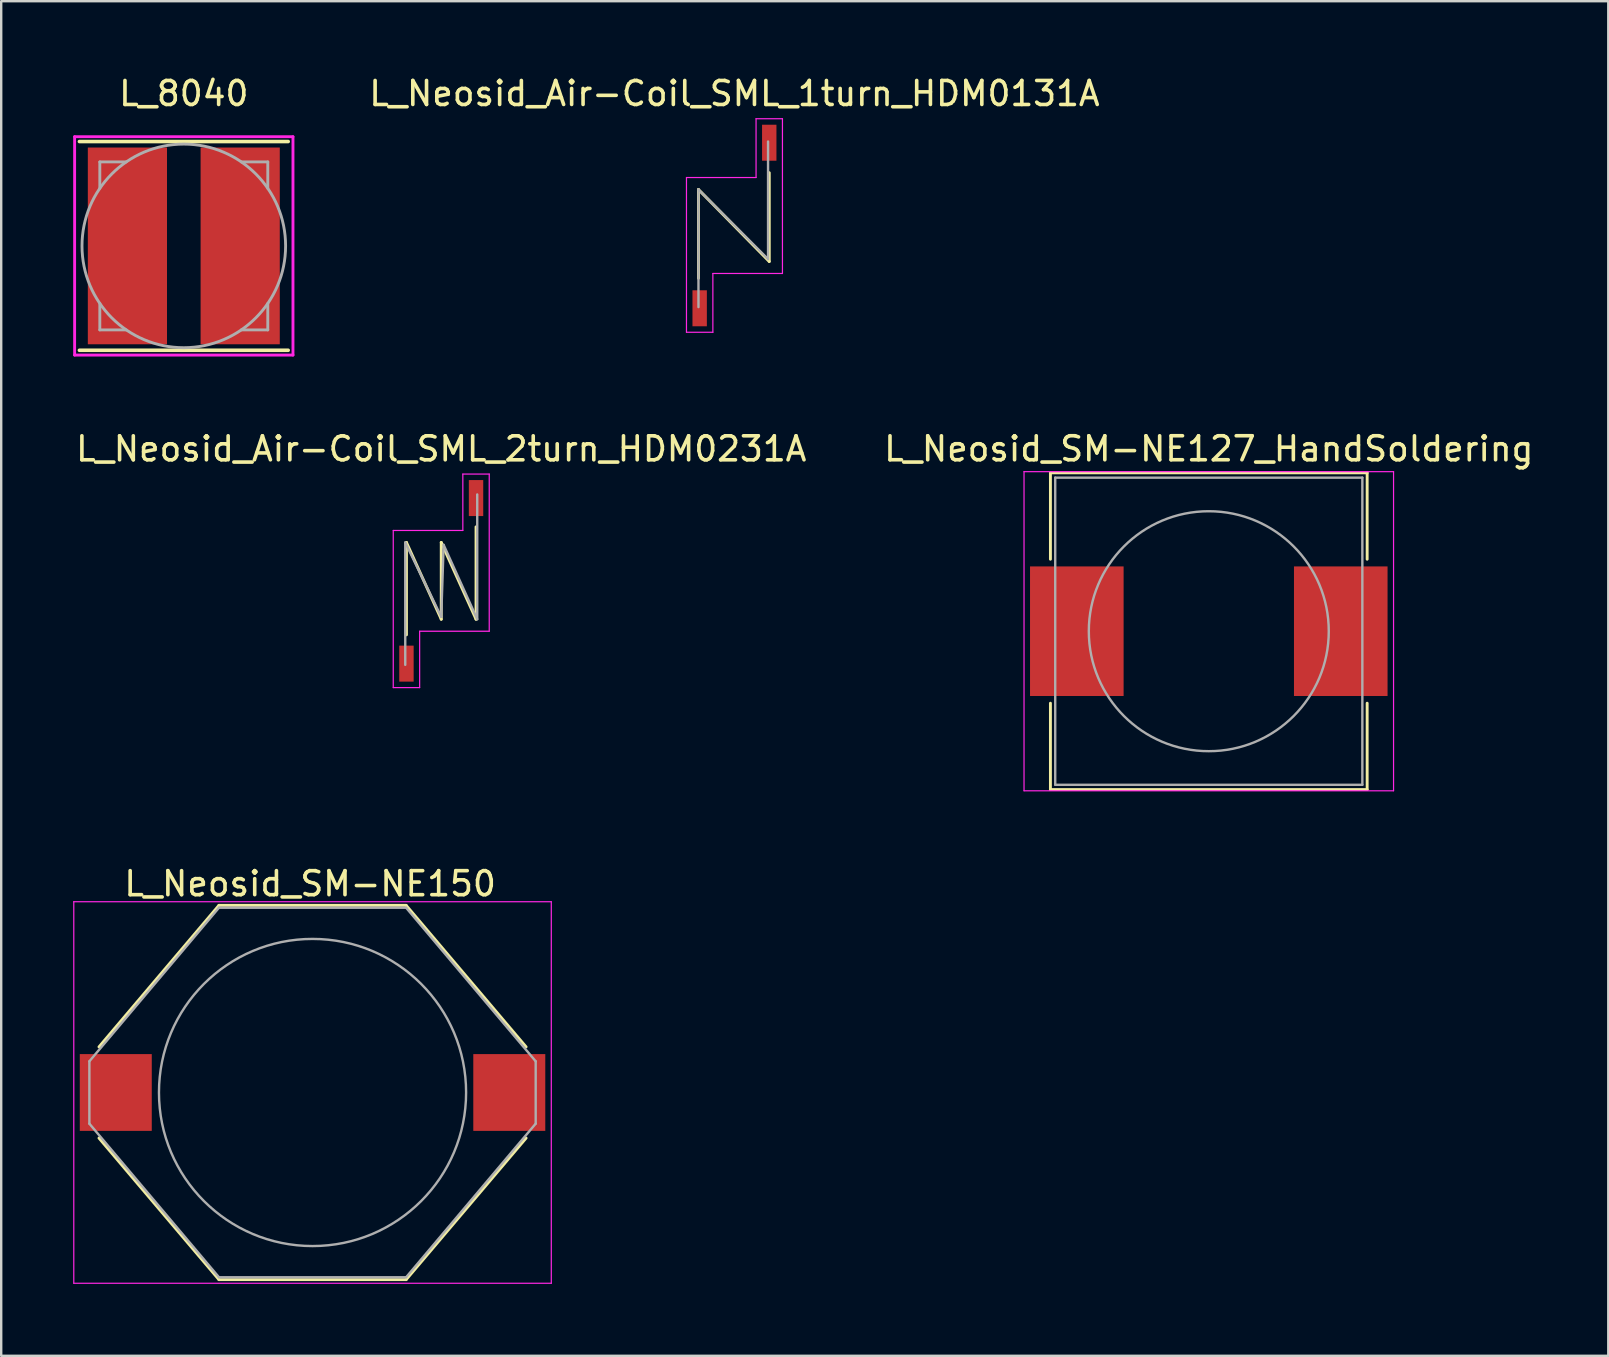
<source format=kicad_pcb>
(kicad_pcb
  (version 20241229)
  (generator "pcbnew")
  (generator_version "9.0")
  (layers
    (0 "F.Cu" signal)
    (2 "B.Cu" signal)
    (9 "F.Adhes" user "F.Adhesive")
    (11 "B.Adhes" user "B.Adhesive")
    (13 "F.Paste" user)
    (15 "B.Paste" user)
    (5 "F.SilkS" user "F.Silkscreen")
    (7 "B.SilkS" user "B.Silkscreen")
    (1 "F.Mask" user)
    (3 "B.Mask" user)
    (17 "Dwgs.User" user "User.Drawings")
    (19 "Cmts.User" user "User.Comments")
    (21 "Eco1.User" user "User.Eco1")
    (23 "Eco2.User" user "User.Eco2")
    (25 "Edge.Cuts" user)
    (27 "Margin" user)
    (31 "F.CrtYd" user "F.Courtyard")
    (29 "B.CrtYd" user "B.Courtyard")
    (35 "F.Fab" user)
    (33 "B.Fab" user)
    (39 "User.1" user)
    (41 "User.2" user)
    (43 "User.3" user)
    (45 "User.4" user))
  (footprint "L_Neosid_SM-NE150"
    (layer "F.Cu")
    (at 9.975 42.48)
    (property "Reference" "L_Neosid_SM-NE150" (at -0.1 -8.7 0) (layer "F.SilkS") (effects (font (size 1 1) (thickness 0.15))))
    (attr smd)
    (fp_line (start -8.9 1.9) (end -3.9 7.8) (stroke (width 0.12) (type solid)) (layer "F.SilkS"))
    (fp_line (start -3.9 -7.8) (end -8.9 -1.9) (stroke (width 0.12) (type solid)) (layer "F.SilkS"))
    (fp_line (start -3.9 -7.8) (end 3.9 -7.8) (stroke (width 0.12) (type solid)) (layer "F.SilkS"))
    (fp_line (start -3.9 7.8) (end 3.9 7.8) (stroke (width 0.12) (type solid)) (layer "F.SilkS"))
    (fp_line (start 3.9 -7.8) (end 8.9 -1.9) (stroke (width 0.12) (type solid)) (layer "F.SilkS"))
    (fp_line (start 3.9 7.8) (end 8.9 1.9) (stroke (width 0.12) (type solid)) (layer "F.SilkS"))
    (fp_line (start -9.95 -7.95) (end -9.95 7.95) (stroke (width 0.05) (type solid)) (layer "F.CrtYd"))
    (fp_line (start -9.95 -7.95) (end 9.95 -7.95) (stroke (width 0.05) (type solid)) (layer "F.CrtYd"))
    (fp_line (start 9.95 7.95) (end -9.95 7.95) (stroke (width 0.05) (type solid)) (layer "F.CrtYd"))
    (fp_line (start 9.95 7.95) (end 9.95 -7.95) (stroke (width 0.05) (type solid)) (layer "F.CrtYd"))
    (fp_line (start -9.3 -1.3) (end -3.9 -7.7) (stroke (width 0.1) (type solid)) (layer "F.Fab"))
    (fp_line (start -9.3 1.3) (end -9.3 -1.3) (stroke (width 0.1) (type solid)) (layer "F.Fab"))
    (fp_line (start -3.9 -7.7) (end 3.9 -7.7) (stroke (width 0.1) (type solid)) (layer "F.Fab"))
    (fp_line (start -3.9 7.7) (end -9.3 1.3) (stroke (width 0.1) (type solid)) (layer "F.Fab"))
    (fp_line (start 3.9 -7.7) (end 9.3 -1.3) (stroke (width 0.1) (type solid)) (layer "F.Fab"))
    (fp_line (start 3.9 7.7) (end -3.9 7.7) (stroke (width 0.1) (type solid)) (layer "F.Fab"))
    (fp_line (start 9.3 -1.3) (end 9.3 1.3) (stroke (width 0.1) (type solid)) (layer "F.Fab"))
    (fp_line (start 9.3 1.3) (end 3.9 7.7) (stroke (width 0.1) (type solid)) (layer "F.Fab"))
    (fp_circle (center 0 0) (end -6.4 0) (stroke (width 0.1) (type solid)) (fill no) (layer "F.Fab"))
    (pad "1" smd rect (at -8.2 0 180) (size 3 3.2) (layers "F.Cu" "F.Mask" "F.Paste"))
    (pad "2" smd rect (at 8.2 0) (size 3 3.2) (layers "F.Cu" "F.Mask" "F.Paste")))
  (footprint "L_Neosid_Air-Coil_SML_2turn_HDM0231A"
    (layer "F.Cu")
    (at 15.339 21.157)
    (property "Reference" "L_Neosid_Air-Coil_SML_2turn_HDM0231A" (at 0 -5.5 0) (layer "F.SilkS") (effects (font (size 1 1) (thickness 0.15))))
    (attr smd)
    (fp_line (start -1.45 -1.6) (end -1.45 2.25) (stroke (width 0.12) (type solid)) (layer "F.SilkS"))
    (fp_line (start -1.45 -1.6) (end 0 1.6) (stroke (width 0.12) (type solid)) (layer "F.SilkS"))
    (fp_line (start 0 -1.6) (end 0 1.6) (stroke (width 0.12) (type solid)) (layer "F.SilkS"))
    (fp_line (start 0 -1.6) (end 1.45 1.6) (stroke (width 0.12) (type solid)) (layer "F.SilkS"))
    (fp_line (start 1.45 1.6) (end 1.45 -2.25) (stroke (width 0.12) (type solid)) (layer "F.SilkS"))
    (fp_line (start -2 -2.1) (end -2 4.45) (stroke (width 0.05) (type solid)) (layer "F.CrtYd"))
    (fp_line (start -2 4.45) (end -0.9 4.45) (stroke (width 0.05) (type solid)) (layer "F.CrtYd"))
    (fp_line (start -0.9 2.1) (end 2 2.1) (stroke (width 0.05) (type solid)) (layer "F.CrtYd"))
    (fp_line (start -0.9 4.45) (end -0.9 2.1) (stroke (width 0.05) (type solid)) (layer "F.CrtYd"))
    (fp_line (start 0.9 -4.45) (end 0.9 -2.1) (stroke (width 0.05) (type solid)) (layer "F.CrtYd"))
    (fp_line (start 0.9 -2.1) (end -2 -2.1) (stroke (width 0.05) (type solid)) (layer "F.CrtYd"))
    (fp_line (start 2 -4.45) (end 0.9 -4.45) (stroke (width 0.05) (type solid)) (layer "F.CrtYd"))
    (fp_line (start 2 2.1) (end 2 -4.45) (stroke (width 0.05) (type solid)) (layer "F.CrtYd"))
    (fp_line (start -1.5 -1.6) (end 0 1.5) (stroke (width 0.1) (type solid)) (layer "F.Fab"))
    (fp_line (start -1.5 3.5) (end -1.5 -1.6) (stroke (width 0.1) (type solid)) (layer "F.Fab"))
    (fp_line (start 0 1.5) (end 0.1 -1.5) (stroke (width 0.1) (type solid)) (layer "F.Fab"))
    (fp_line (start 0.1 -1.5) (end 1.5 1.6) (stroke (width 0.1) (type solid)) (layer "F.Fab"))
    (fp_line (start 1.5 1.6) (end 1.5 -3.6) (stroke (width 0.1) (type solid)) (layer "F.Fab"))
    (pad "1" smd rect (at -1.45 3.45) (size 0.6 1.5) (layers "F.Cu" "F.Mask" "F.Paste"))
    (pad "2" smd rect (at 1.45 -3.45) (size 0.6 1.5) (layers "F.Cu" "F.Mask" "F.Paste")))
  (footprint "L_8040"
    (layer "F.Cu")
    (at 4.61 7.198)
    (property "Reference" "L_8040" (at 0 -6.35 0) (layer "F.SilkS") (effects (font (size 1 1) (thickness 0.15))))
    (attr smd)
    (fp_line (start -4.35 -4.35) (end 4.35 -4.35) (stroke (width 0.15) (type solid)) (layer "F.SilkS"))
    (fp_line (start -4.35 4.35) (end 4.35 4.35) (stroke (width 0.15) (type solid)) (layer "F.SilkS"))
    (fp_line (start -4.55 -4.55) (end -4.55 4.55) (stroke (width 0.12) (type solid)) (layer "F.CrtYd"))
    (fp_line (start -4.55 4.55) (end 4.55 4.55) (stroke (width 0.12) (type solid)) (layer "F.CrtYd"))
    (fp_line (start 4.55 -4.55) (end -4.55 -4.55) (stroke (width 0.12) (type solid)) (layer "F.CrtYd"))
    (fp_line (start 4.55 4.55) (end 4.55 -4.55) (stroke (width 0.12) (type solid)) (layer "F.CrtYd"))
    (fp_line (start -3.5 -3.5) (end -2.4 -3.5) (stroke (width 0.12) (type solid)) (layer "F.Fab"))
    (fp_line (start -3.5 -2.4) (end -3.5 -3.5) (stroke (width 0.12) (type solid)) (layer "F.Fab"))
    (fp_line (start -3.5 2.4) (end -3.5 3.5) (stroke (width 0.12) (type solid)) (layer "F.Fab"))
    (fp_line (start -3.5 3.5) (end -2.4 3.5) (stroke (width 0.12) (type solid)) (layer "F.Fab"))
    (fp_line (start 3.5 -3.5) (end 2.4 -3.5) (stroke (width 0.12) (type solid)) (layer "F.Fab"))
    (fp_line (start 3.5 -3.5) (end 3.5 -2.4) (stroke (width 0.12) (type solid)) (layer "F.Fab"))
    (fp_line (start 3.5 2.4) (end 3.5 3.5) (stroke (width 0.12) (type solid)) (layer "F.Fab"))
    (fp_line (start 3.5 3.5) (end 2.4 3.5) (stroke (width 0.12) (type solid)) (layer "F.Fab"))
    (fp_circle (center 0 0) (end 3 3) (stroke (width 0.12) (type solid)) (fill no) (layer "F.Fab"))
    (pad "1" smd rect (at -2.35 0) (size 3.3 8.2) (layers "F.Cu" "F.Mask" "F.Paste"))
    (pad "2" smd rect (at 2.35 0) (size 3.3 8.2) (layers "F.Cu" "F.Mask" "F.Paste")))
  (footprint "L_Neosid_SM-NE127_HandSoldering"
    (layer "F.Cu")
    (at 47.327 23.256)
    (property "Reference" "L_Neosid_SM-NE127_HandSoldering" (at 0 -7.6 0) (layer "F.SilkS") (effects (font (size 1 1) (thickness 0.15))))
    (attr smd)
    (fp_line (start -6.6 -6.6) (end 6.6 -6.6) (stroke (width 0.12) (type solid)) (layer "F.SilkS"))
    (fp_line (start -6.6 -3) (end -6.6 -6.6) (stroke (width 0.12) (type solid)) (layer "F.SilkS"))
    (fp_line (start -6.6 6.6) (end -6.6 3) (stroke (width 0.12) (type solid)) (layer "F.SilkS"))
    (fp_line (start 6.6 -6.6) (end 6.6 -3) (stroke (width 0.12) (type solid)) (layer "F.SilkS"))
    (fp_line (start 6.6 3) (end 6.6 6.6) (stroke (width 0.12) (type solid)) (layer "F.SilkS"))
    (fp_line (start 6.6 6.6) (end -6.6 6.6) (stroke (width 0.12) (type solid)) (layer "F.SilkS"))
    (fp_line (start -7.7 -6.65) (end -7.7 6.65) (stroke (width 0.05) (type solid)) (layer "F.CrtYd"))
    (fp_line (start -7.7 -6.65) (end 7.7 -6.65) (stroke (width 0.05) (type solid)) (layer "F.CrtYd"))
    (fp_line (start 7.7 6.65) (end -7.7 6.65) (stroke (width 0.05) (type solid)) (layer "F.CrtYd"))
    (fp_line (start 7.7 6.65) (end 7.7 -6.65) (stroke (width 0.05) (type solid)) (layer "F.CrtYd"))
    (fp_line (start -6.4 -6.4) (end 6.4 -6.4) (stroke (width 0.1) (type solid)) (layer "F.Fab"))
    (fp_line (start -6.4 6.4) (end -6.4 -6.4) (stroke (width 0.1) (type solid)) (layer "F.Fab"))
    (fp_line (start 6.4 -6.4) (end 6.4 6.4) (stroke (width 0.1) (type solid)) (layer "F.Fab"))
    (fp_line (start 6.4 6.4) (end -6.4 6.4) (stroke (width 0.1) (type solid)) (layer "F.Fab"))
    (fp_circle (center 0 0) (end 5 0) (stroke (width 0.1) (type solid)) (fill no) (layer "F.Fab"))
    (pad "1" smd rect (at -5.5 0) (size 3.9 5.4) (layers "F.Cu" "F.Mask" "F.Paste"))
    (pad "2" smd rect (at 5.5 0) (size 3.9 5.4) (layers "F.Cu" "F.Mask" "F.Paste")))
  (footprint "L_Neosid_Air-Coil_SML_1turn_HDM0131A"
    (layer "F.Cu")
    (at 27.559 6.348)
    (property "Reference" "L_Neosid_Air-Coil_SML_1turn_HDM0131A" (at 0 -5.5 0) (layer "F.SilkS") (effects (font (size 1 1) (thickness 0.15))))
    (attr smd)
    (fp_line (start -1.5 -1.5) (end -1.5 2.2) (stroke (width 0.12) (type solid)) (layer "F.SilkS"))
    (fp_line (start -1.5 -1.5) (end 1.45 1.5) (stroke (width 0.12) (type solid)) (layer "F.SilkS"))
    (fp_line (start 1.45 1.5) (end 1.45 -2.2) (stroke (width 0.12) (type solid)) (layer "F.SilkS"))
    (fp_line (start -2 -2) (end -2 4.45) (stroke (width 0.05) (type solid)) (layer "F.CrtYd"))
    (fp_line (start -2 4.45) (end -0.9 4.45) (stroke (width 0.05) (type solid)) (layer "F.CrtYd"))
    (fp_line (start -0.9 2) (end 2 2) (stroke (width 0.05) (type solid)) (layer "F.CrtYd"))
    (fp_line (start -0.9 4.45) (end -0.9 2) (stroke (width 0.05) (type solid)) (layer "F.CrtYd"))
    (fp_line (start 0.9 -4.45) (end 0.9 -2) (stroke (width 0.05) (type solid)) (layer "F.CrtYd"))
    (fp_line (start 0.9 -2) (end -2 -2) (stroke (width 0.05) (type solid)) (layer "F.CrtYd"))
    (fp_line (start 2 -4.45) (end 0.9 -4.45) (stroke (width 0.05) (type solid)) (layer "F.CrtYd"))
    (fp_line (start 2 2) (end 2 -4.45) (stroke (width 0.05) (type solid)) (layer "F.CrtYd"))
    (fp_line (start -1.5 -1.5) (end 1.4 1.4) (stroke (width 0.1) (type solid)) (layer "F.Fab"))
    (fp_line (start -1.5 3.4) (end -1.5 -1.5) (stroke (width 0.1) (type solid)) (layer "F.Fab"))
    (fp_line (start 1.4 1.4) (end 1.4 -3.5) (stroke (width 0.1) (type solid)) (layer "F.Fab"))
    (pad "1" smd rect (at -1.45 3.45) (size 0.6 1.5) (layers "F.Cu" "F.Mask" "F.Paste"))
    (pad "2" smd rect (at 1.45 -3.45) (size 0.6 1.5) (layers "F.Cu" "F.Mask" "F.Paste")))
  (gr_rect
    (start -3 -3)
    (end 63.976 53.455)
    (stroke (width 0.1) (type default))
    (fill no)
    (layer "Edge.Cuts")))
</source>
